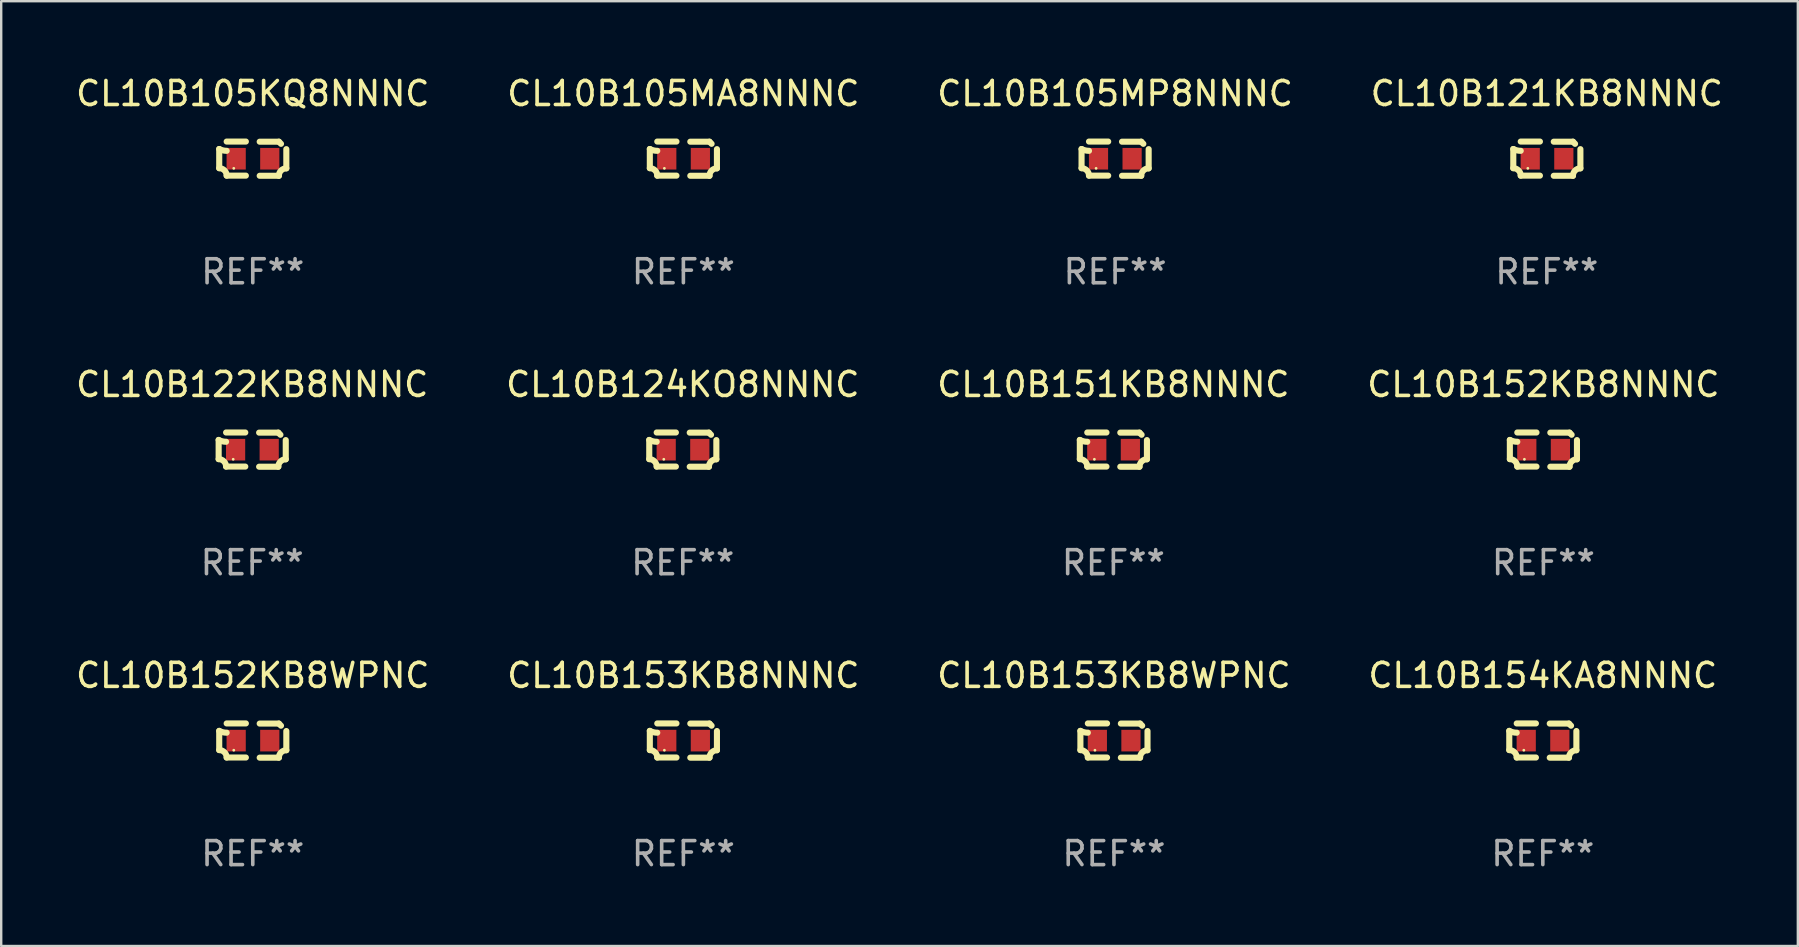
<source format=kicad_pcb>
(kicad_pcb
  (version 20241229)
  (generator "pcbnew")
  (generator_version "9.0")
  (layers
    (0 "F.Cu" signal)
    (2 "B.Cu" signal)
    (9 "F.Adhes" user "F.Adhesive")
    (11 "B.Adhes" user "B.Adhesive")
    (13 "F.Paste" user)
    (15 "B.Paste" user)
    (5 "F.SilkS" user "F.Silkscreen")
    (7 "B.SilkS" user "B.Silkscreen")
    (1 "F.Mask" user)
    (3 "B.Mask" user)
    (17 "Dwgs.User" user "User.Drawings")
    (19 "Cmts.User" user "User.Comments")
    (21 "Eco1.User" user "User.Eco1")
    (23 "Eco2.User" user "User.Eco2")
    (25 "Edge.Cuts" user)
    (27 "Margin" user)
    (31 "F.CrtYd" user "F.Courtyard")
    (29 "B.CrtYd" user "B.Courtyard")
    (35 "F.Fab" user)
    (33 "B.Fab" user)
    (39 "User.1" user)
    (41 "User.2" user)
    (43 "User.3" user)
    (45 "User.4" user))
  (footprint "CL10B124KO8NNNC"
    (layer "F.Cu")
    (at 25.399 15.683)
    (property "Reference" "CL10B124KO8NNNC" (at 0 -2.713 0) (layer "F.SilkS") (effects (font (size 1 1) (thickness 0.15))))
    (attr through_hole)
    (fp_line (start -1.398 -0.403) (end -1.398 0.397) (stroke (width 0.254) (type solid)) (layer "F.SilkS"))
    (fp_line (start -0.288 -0.713) (end -1.088 -0.713) (stroke (width 0.254) (type solid)) (layer "F.SilkS"))
    (fp_line (start -0.288 0.707) (end -1.088 0.707) (stroke (width 0.254) (type solid)) (layer "F.SilkS"))
    (fp_line (start 0.288 -0.707) (end 1.088 -0.707) (stroke (width 0.254) (type solid)) (layer "F.SilkS"))
    (fp_line (start 0.288 0.713) (end 1.088 0.713) (stroke (width 0.254) (type solid)) (layer "F.SilkS"))
    (fp_line (start 1.398 -0.397) (end 1.398 0.403) (stroke (width 0.254) (type solid)) (layer "F.SilkS"))
    (fp_arc (start -1.397789 0.397066) (mid -1.178701 0.487826) (end -1.08796 0.706922) (stroke (width 0.254001) (type solid)) (layer "F.SilkS"))
    (fp_arc (start -1.08796 -0.327176) (mid -1.247436 -0.346384) (end -1.39779 -0.402908) (stroke (width 0.254001) (type solid)) (layer "F.SilkS"))
    (fp_arc (start 1.087909 0.712738) (mid 1.178656 0.493655) (end 1.397739 0.402908) (stroke (width 0.254001) (type solid)) (layer "F.SilkS"))
    (fp_arc (start 1.175925 -0.618926) (mid 1.131917 -0.662923) (end 1.08791 -0.706922) (stroke (width 0.254001) (type solid)) (layer "F.SilkS"))
    (fp_circle (center -0.792 0.403) (end -0.762 0.403) (stroke (width 0.06) (type solid)) (fill no) (layer "F.SilkS"))
    (fp_text user "REF**" (at 0 4.713 0) (layer "F.Fab") (effects (font (size 1 1) (thickness 0.15))))
    (pad "1" smd rect (at -0.692 0.003) (size 0.8 0.9) (layers "F.Cu" "F.Mask" "F.Paste"))
    (pad "2" smd rect (at 0.708 0.003) (size 0.8 0.9) (layers "F.Cu" "F.Mask" "F.Paste")))
  (footprint "CL10B105MA8NNNC"
    (layer "F.Cu")
    (at 25.423 3.561)
    (property "Reference" "CL10B105MA8NNNC" (at 0 -2.713 0) (layer "F.SilkS") (effects (font (size 1 1) (thickness 0.15))))
    (attr through_hole)
    (fp_line (start -1.398 -0.403) (end -1.398 0.397) (stroke (width 0.254) (type solid)) (layer "F.SilkS"))
    (fp_line (start -0.288 -0.713) (end -1.088 -0.713) (stroke (width 0.254) (type solid)) (layer "F.SilkS"))
    (fp_line (start -0.288 0.707) (end -1.088 0.707) (stroke (width 0.254) (type solid)) (layer "F.SilkS"))
    (fp_line (start 0.288 -0.707) (end 1.088 -0.707) (stroke (width 0.254) (type solid)) (layer "F.SilkS"))
    (fp_line (start 0.288 0.713) (end 1.088 0.713) (stroke (width 0.254) (type solid)) (layer "F.SilkS"))
    (fp_line (start 1.398 -0.397) (end 1.398 0.403) (stroke (width 0.254) (type solid)) (layer "F.SilkS"))
    (fp_arc (start -1.397789 0.397066) (mid -1.178701 0.487826) (end -1.08796 0.706922) (stroke (width 0.254001) (type solid)) (layer "F.SilkS"))
    (fp_arc (start -1.08796 -0.327176) (mid -1.247436 -0.346384) (end -1.39779 -0.402908) (stroke (width 0.254001) (type solid)) (layer "F.SilkS"))
    (fp_arc (start 1.087909 0.712738) (mid 1.178656 0.493655) (end 1.397739 0.402908) (stroke (width 0.254001) (type solid)) (layer "F.SilkS"))
    (fp_arc (start 1.175925 -0.618926) (mid 1.131917 -0.662923) (end 1.08791 -0.706922) (stroke (width 0.254001) (type solid)) (layer "F.SilkS"))
    (fp_circle (center -0.792 0.403) (end -0.762 0.403) (stroke (width 0.06) (type solid)) (fill no) (layer "F.SilkS"))
    (fp_text user "REF**" (at 0 4.713 0) (layer "F.Fab") (effects (font (size 1 1) (thickness 0.15))))
    (pad "1" smd rect (at -0.692 0.003) (size 0.8 0.9) (layers "F.Cu" "F.Mask" "F.Paste"))
    (pad "2" smd rect (at 0.708 0.003) (size 0.8 0.9) (layers "F.Cu" "F.Mask" "F.Paste")))
  (footprint "CL10B152KB8NNNC"
    (layer "F.Cu")
    (at 61.256 15.683)
    (property "Reference" "CL10B152KB8NNNC" (at 0 -2.713 0) (layer "F.SilkS") (effects (font (size 1 1) (thickness 0.15))))
    (attr through_hole)
    (fp_line (start -1.398 -0.403) (end -1.398 0.397) (stroke (width 0.254) (type solid)) (layer "F.SilkS"))
    (fp_line (start -0.288 -0.713) (end -1.088 -0.713) (stroke (width 0.254) (type solid)) (layer "F.SilkS"))
    (fp_line (start -0.288 0.707) (end -1.088 0.707) (stroke (width 0.254) (type solid)) (layer "F.SilkS"))
    (fp_line (start 0.288 -0.707) (end 1.088 -0.707) (stroke (width 0.254) (type solid)) (layer "F.SilkS"))
    (fp_line (start 0.288 0.713) (end 1.088 0.713) (stroke (width 0.254) (type solid)) (layer "F.SilkS"))
    (fp_line (start 1.398 -0.397) (end 1.398 0.403) (stroke (width 0.254) (type solid)) (layer "F.SilkS"))
    (fp_arc (start -1.397789 0.397066) (mid -1.178701 0.487826) (end -1.08796 0.706922) (stroke (width 0.254001) (type solid)) (layer "F.SilkS"))
    (fp_arc (start -1.08796 -0.327176) (mid -1.247436 -0.346384) (end -1.39779 -0.402908) (stroke (width 0.254001) (type solid)) (layer "F.SilkS"))
    (fp_arc (start 1.087909 0.712738) (mid 1.178656 0.493655) (end 1.397739 0.402908) (stroke (width 0.254001) (type solid)) (layer "F.SilkS"))
    (fp_arc (start 1.175925 -0.618926) (mid 1.131917 -0.662923) (end 1.08791 -0.706922) (stroke (width 0.254001) (type solid)) (layer "F.SilkS"))
    (fp_circle (center -0.792 0.403) (end -0.762 0.403) (stroke (width 0.06) (type solid)) (fill no) (layer "F.SilkS"))
    (fp_text user "REF**" (at 0 4.713 0) (layer "F.Fab") (effects (font (size 1 1) (thickness 0.15))))
    (pad "1" smd rect (at -0.692 0.003) (size 0.8 0.9) (layers "F.Cu" "F.Mask" "F.Paste"))
    (pad "2" smd rect (at 0.708 0.003) (size 0.8 0.9) (layers "F.Cu" "F.Mask" "F.Paste")))
  (footprint "CL10B122KB8NNNC"
    (layer "F.Cu")
    (at 7.458 15.683)
    (property "Reference" "CL10B122KB8NNNC" (at 0 -2.713 0) (layer "F.SilkS") (effects (font (size 1 1) (thickness 0.15))))
    (attr through_hole)
    (fp_line (start -1.398 -0.403) (end -1.398 0.397) (stroke (width 0.254) (type solid)) (layer "F.SilkS"))
    (fp_line (start -0.288 -0.713) (end -1.088 -0.713) (stroke (width 0.254) (type solid)) (layer "F.SilkS"))
    (fp_line (start -0.288 0.707) (end -1.088 0.707) (stroke (width 0.254) (type solid)) (layer "F.SilkS"))
    (fp_line (start 0.288 -0.707) (end 1.088 -0.707) (stroke (width 0.254) (type solid)) (layer "F.SilkS"))
    (fp_line (start 0.288 0.713) (end 1.088 0.713) (stroke (width 0.254) (type solid)) (layer "F.SilkS"))
    (fp_line (start 1.398 -0.397) (end 1.398 0.403) (stroke (width 0.254) (type solid)) (layer "F.SilkS"))
    (fp_arc (start -1.397789 0.397066) (mid -1.178701 0.487826) (end -1.08796 0.706922) (stroke (width 0.254001) (type solid)) (layer "F.SilkS"))
    (fp_arc (start -1.08796 -0.327176) (mid -1.247436 -0.346384) (end -1.39779 -0.402908) (stroke (width 0.254001) (type solid)) (layer "F.SilkS"))
    (fp_arc (start 1.087909 0.712738) (mid 1.178656 0.493655) (end 1.397739 0.402908) (stroke (width 0.254001) (type solid)) (layer "F.SilkS"))
    (fp_arc (start 1.175925 -0.618926) (mid 1.131917 -0.662923) (end 1.08791 -0.706922) (stroke (width 0.254001) (type solid)) (layer "F.SilkS"))
    (fp_circle (center -0.792 0.403) (end -0.762 0.403) (stroke (width 0.06) (type solid)) (fill no) (layer "F.SilkS"))
    (fp_text user "REF**" (at 0 4.713 0) (layer "F.Fab") (effects (font (size 1 1) (thickness 0.15))))
    (pad "1" smd rect (at -0.692 0.003) (size 0.8 0.9) (layers "F.Cu" "F.Mask" "F.Paste"))
    (pad "2" smd rect (at 0.708 0.003) (size 0.8 0.9) (layers "F.Cu" "F.Mask" "F.Paste")))
  (footprint "CL10B154KA8NNNC"
    (layer "F.Cu")
    (at 61.232 27.805)
    (property "Reference" "CL10B154KA8NNNC" (at 0 -2.713 0) (layer "F.SilkS") (effects (font (size 1 1) (thickness 0.15))))
    (attr through_hole)
    (fp_line (start -1.398 -0.403) (end -1.398 0.397) (stroke (width 0.254) (type solid)) (layer "F.SilkS"))
    (fp_line (start -0.288 -0.713) (end -1.088 -0.713) (stroke (width 0.254) (type solid)) (layer "F.SilkS"))
    (fp_line (start -0.288 0.707) (end -1.088 0.707) (stroke (width 0.254) (type solid)) (layer "F.SilkS"))
    (fp_line (start 0.288 -0.707) (end 1.088 -0.707) (stroke (width 0.254) (type solid)) (layer "F.SilkS"))
    (fp_line (start 0.288 0.713) (end 1.088 0.713) (stroke (width 0.254) (type solid)) (layer "F.SilkS"))
    (fp_line (start 1.398 -0.397) (end 1.398 0.403) (stroke (width 0.254) (type solid)) (layer "F.SilkS"))
    (fp_arc (start -1.397789 0.397066) (mid -1.178701 0.487826) (end -1.08796 0.706922) (stroke (width 0.254001) (type solid)) (layer "F.SilkS"))
    (fp_arc (start -1.08796 -0.327176) (mid -1.247436 -0.346384) (end -1.39779 -0.402908) (stroke (width 0.254001) (type solid)) (layer "F.SilkS"))
    (fp_arc (start 1.087909 0.712738) (mid 1.178656 0.493655) (end 1.397739 0.402908) (stroke (width 0.254001) (type solid)) (layer "F.SilkS"))
    (fp_arc (start 1.175925 -0.618926) (mid 1.131917 -0.662923) (end 1.08791 -0.706922) (stroke (width 0.254001) (type solid)) (layer "F.SilkS"))
    (fp_circle (center -0.792 0.403) (end -0.762 0.403) (stroke (width 0.06) (type solid)) (fill no) (layer "F.SilkS"))
    (fp_text user "REF**" (at 0 4.713 0) (layer "F.Fab") (effects (font (size 1 1) (thickness 0.15))))
    (pad "1" smd rect (at -0.692 0.003) (size 0.8 0.9) (layers "F.Cu" "F.Mask" "F.Paste"))
    (pad "2" smd rect (at 0.708 0.003) (size 0.8 0.9) (layers "F.Cu" "F.Mask" "F.Paste")))
  (footprint "CL10B151KB8NNNC"
    (layer "F.Cu")
    (at 43.339 15.683)
    (property "Reference" "CL10B151KB8NNNC" (at 0 -2.713 0) (layer "F.SilkS") (effects (font (size 1 1) (thickness 0.15))))
    (attr through_hole)
    (fp_line (start -1.398 -0.403) (end -1.398 0.397) (stroke (width 0.254) (type solid)) (layer "F.SilkS"))
    (fp_line (start -0.288 -0.713) (end -1.088 -0.713) (stroke (width 0.254) (type solid)) (layer "F.SilkS"))
    (fp_line (start -0.288 0.707) (end -1.088 0.707) (stroke (width 0.254) (type solid)) (layer "F.SilkS"))
    (fp_line (start 0.288 -0.707) (end 1.088 -0.707) (stroke (width 0.254) (type solid)) (layer "F.SilkS"))
    (fp_line (start 0.288 0.713) (end 1.088 0.713) (stroke (width 0.254) (type solid)) (layer "F.SilkS"))
    (fp_line (start 1.398 -0.397) (end 1.398 0.403) (stroke (width 0.254) (type solid)) (layer "F.SilkS"))
    (fp_arc (start -1.397789 0.397066) (mid -1.178701 0.487826) (end -1.08796 0.706922) (stroke (width 0.254001) (type solid)) (layer "F.SilkS"))
    (fp_arc (start -1.08796 -0.327176) (mid -1.247436 -0.346384) (end -1.39779 -0.402908) (stroke (width 0.254001) (type solid)) (layer "F.SilkS"))
    (fp_arc (start 1.087909 0.712738) (mid 1.178656 0.493655) (end 1.397739 0.402908) (stroke (width 0.254001) (type solid)) (layer "F.SilkS"))
    (fp_arc (start 1.175925 -0.618926) (mid 1.131917 -0.662923) (end 1.08791 -0.706922) (stroke (width 0.254001) (type solid)) (layer "F.SilkS"))
    (fp_circle (center -0.792 0.403) (end -0.762 0.403) (stroke (width 0.06) (type solid)) (fill no) (layer "F.SilkS"))
    (fp_text user "REF**" (at 0 4.713 0) (layer "F.Fab") (effects (font (size 1 1) (thickness 0.15))))
    (pad "1" smd rect (at -0.692 0.003) (size 0.8 0.9) (layers "F.Cu" "F.Mask" "F.Paste"))
    (pad "2" smd rect (at 0.708 0.003) (size 0.8 0.9) (layers "F.Cu" "F.Mask" "F.Paste")))
  (footprint "CL10B153KB8WPNC"
    (layer "F.Cu")
    (at 43.363 27.805)
    (property "Reference" "CL10B153KB8WPNC" (at 0 -2.713 0) (layer "F.SilkS") (effects (font (size 1 1) (thickness 0.15))))
    (attr through_hole)
    (fp_line (start -1.398 -0.403) (end -1.398 0.397) (stroke (width 0.254) (type solid)) (layer "F.SilkS"))
    (fp_line (start -0.288 -0.713) (end -1.088 -0.713) (stroke (width 0.254) (type solid)) (layer "F.SilkS"))
    (fp_line (start -0.288 0.707) (end -1.088 0.707) (stroke (width 0.254) (type solid)) (layer "F.SilkS"))
    (fp_line (start 0.288 -0.707) (end 1.088 -0.707) (stroke (width 0.254) (type solid)) (layer "F.SilkS"))
    (fp_line (start 0.288 0.713) (end 1.088 0.713) (stroke (width 0.254) (type solid)) (layer "F.SilkS"))
    (fp_line (start 1.398 -0.397) (end 1.398 0.403) (stroke (width 0.254) (type solid)) (layer "F.SilkS"))
    (fp_arc (start -1.397789 0.397066) (mid -1.178701 0.487826) (end -1.08796 0.706922) (stroke (width 0.254001) (type solid)) (layer "F.SilkS"))
    (fp_arc (start -1.08796 -0.327176) (mid -1.247436 -0.346384) (end -1.39779 -0.402908) (stroke (width 0.254001) (type solid)) (layer "F.SilkS"))
    (fp_arc (start 1.087909 0.712738) (mid 1.178656 0.493655) (end 1.397739 0.402908) (stroke (width 0.254001) (type solid)) (layer "F.SilkS"))
    (fp_arc (start 1.175925 -0.618926) (mid 1.131917 -0.662923) (end 1.08791 -0.706922) (stroke (width 0.254001) (type solid)) (layer "F.SilkS"))
    (fp_circle (center -0.792 0.403) (end -0.762 0.403) (stroke (width 0.06) (type solid)) (fill no) (layer "F.SilkS"))
    (fp_text user "REF**" (at 0 4.713 0) (layer "F.Fab") (effects (font (size 1 1) (thickness 0.15))))
    (pad "1" smd rect (at -0.692 0.003) (size 0.8 0.9) (layers "F.Cu" "F.Mask" "F.Paste"))
    (pad "2" smd rect (at 0.708 0.003) (size 0.8 0.9) (layers "F.Cu" "F.Mask" "F.Paste")))
  (footprint "CL10B152KB8WPNC"
    (layer "F.Cu")
    (at 7.482 27.805)
    (property "Reference" "CL10B152KB8WPNC" (at 0 -2.713 0) (layer "F.SilkS") (effects (font (size 1 1) (thickness 0.15))))
    (attr through_hole)
    (fp_line (start -1.398 -0.403) (end -1.398 0.397) (stroke (width 0.254) (type solid)) (layer "F.SilkS"))
    (fp_line (start -0.288 -0.713) (end -1.088 -0.713) (stroke (width 0.254) (type solid)) (layer "F.SilkS"))
    (fp_line (start -0.288 0.707) (end -1.088 0.707) (stroke (width 0.254) (type solid)) (layer "F.SilkS"))
    (fp_line (start 0.288 -0.707) (end 1.088 -0.707) (stroke (width 0.254) (type solid)) (layer "F.SilkS"))
    (fp_line (start 0.288 0.713) (end 1.088 0.713) (stroke (width 0.254) (type solid)) (layer "F.SilkS"))
    (fp_line (start 1.398 -0.397) (end 1.398 0.403) (stroke (width 0.254) (type solid)) (layer "F.SilkS"))
    (fp_arc (start -1.397789 0.397066) (mid -1.178701 0.487826) (end -1.08796 0.706922) (stroke (width 0.254001) (type solid)) (layer "F.SilkS"))
    (fp_arc (start -1.08796 -0.327176) (mid -1.247436 -0.346384) (end -1.39779 -0.402908) (stroke (width 0.254001) (type solid)) (layer "F.SilkS"))
    (fp_arc (start 1.087909 0.712738) (mid 1.178656 0.493655) (end 1.397739 0.402908) (stroke (width 0.254001) (type solid)) (layer "F.SilkS"))
    (fp_arc (start 1.175925 -0.618926) (mid 1.131917 -0.662923) (end 1.08791 -0.706922) (stroke (width 0.254001) (type solid)) (layer "F.SilkS"))
    (fp_circle (center -0.792 0.403) (end -0.762 0.403) (stroke (width 0.06) (type solid)) (fill no) (layer "F.SilkS"))
    (fp_text user "REF**" (at 0 4.713 0) (layer "F.Fab") (effects (font (size 1 1) (thickness 0.15))))
    (pad "1" smd rect (at -0.692 0.003) (size 0.8 0.9) (layers "F.Cu" "F.Mask" "F.Paste"))
    (pad "2" smd rect (at 0.708 0.003) (size 0.8 0.9) (layers "F.Cu" "F.Mask" "F.Paste")))
  (footprint "CL10B121KB8NNNC"
    (layer "F.Cu")
    (at 61.399 3.561)
    (property "Reference" "CL10B121KB8NNNC" (at 0 -2.713 0) (layer "F.SilkS") (effects (font (size 1 1) (thickness 0.15))))
    (attr through_hole)
    (fp_line (start -1.398 -0.403) (end -1.398 0.397) (stroke (width 0.254) (type solid)) (layer "F.SilkS"))
    (fp_line (start -0.288 -0.713) (end -1.088 -0.713) (stroke (width 0.254) (type solid)) (layer "F.SilkS"))
    (fp_line (start -0.288 0.707) (end -1.088 0.707) (stroke (width 0.254) (type solid)) (layer "F.SilkS"))
    (fp_line (start 0.288 -0.707) (end 1.088 -0.707) (stroke (width 0.254) (type solid)) (layer "F.SilkS"))
    (fp_line (start 0.288 0.713) (end 1.088 0.713) (stroke (width 0.254) (type solid)) (layer "F.SilkS"))
    (fp_line (start 1.398 -0.397) (end 1.398 0.403) (stroke (width 0.254) (type solid)) (layer "F.SilkS"))
    (fp_arc (start -1.397789 0.397066) (mid -1.178701 0.487826) (end -1.08796 0.706922) (stroke (width 0.254001) (type solid)) (layer "F.SilkS"))
    (fp_arc (start -1.08796 -0.327176) (mid -1.247436 -0.346384) (end -1.39779 -0.402908) (stroke (width 0.254001) (type solid)) (layer "F.SilkS"))
    (fp_arc (start 1.087909 0.712738) (mid 1.178656 0.493655) (end 1.397739 0.402908) (stroke (width 0.254001) (type solid)) (layer "F.SilkS"))
    (fp_arc (start 1.175925 -0.618926) (mid 1.131917 -0.662923) (end 1.08791 -0.706922) (stroke (width 0.254001) (type solid)) (layer "F.SilkS"))
    (fp_circle (center -0.792 0.403) (end -0.762 0.403) (stroke (width 0.06) (type solid)) (fill no) (layer "F.SilkS"))
    (fp_text user "REF**" (at 0 4.713 0) (layer "F.Fab") (effects (font (size 1 1) (thickness 0.15))))
    (pad "1" smd rect (at -0.692 0.003) (size 0.8 0.9) (layers "F.Cu" "F.Mask" "F.Paste"))
    (pad "2" smd rect (at 0.708 0.003) (size 0.8 0.9) (layers "F.Cu" "F.Mask" "F.Paste")))
  (footprint "CL10B105MP8NNNC"
    (layer "F.Cu")
    (at 43.411 3.561)
    (property "Reference" "CL10B105MP8NNNC" (at 0 -2.713 0) (layer "F.SilkS") (effects (font (size 1 1) (thickness 0.15))))
    (attr through_hole)
    (fp_line (start -1.398 -0.403) (end -1.398 0.397) (stroke (width 0.254) (type solid)) (layer "F.SilkS"))
    (fp_line (start -0.288 -0.713) (end -1.088 -0.713) (stroke (width 0.254) (type solid)) (layer "F.SilkS"))
    (fp_line (start -0.288 0.707) (end -1.088 0.707) (stroke (width 0.254) (type solid)) (layer "F.SilkS"))
    (fp_line (start 0.288 -0.707) (end 1.088 -0.707) (stroke (width 0.254) (type solid)) (layer "F.SilkS"))
    (fp_line (start 0.288 0.713) (end 1.088 0.713) (stroke (width 0.254) (type solid)) (layer "F.SilkS"))
    (fp_line (start 1.398 -0.397) (end 1.398 0.403) (stroke (width 0.254) (type solid)) (layer "F.SilkS"))
    (fp_arc (start -1.397789 0.397066) (mid -1.178701 0.487826) (end -1.08796 0.706922) (stroke (width 0.254001) (type solid)) (layer "F.SilkS"))
    (fp_arc (start -1.08796 -0.327176) (mid -1.247436 -0.346384) (end -1.39779 -0.402908) (stroke (width 0.254001) (type solid)) (layer "F.SilkS"))
    (fp_arc (start 1.087909 0.712738) (mid 1.178656 0.493655) (end 1.397739 0.402908) (stroke (width 0.254001) (type solid)) (layer "F.SilkS"))
    (fp_arc (start 1.175925 -0.618926) (mid 1.131917 -0.662923) (end 1.08791 -0.706922) (stroke (width 0.254001) (type solid)) (layer "F.SilkS"))
    (fp_circle (center -0.792 0.403) (end -0.762 0.403) (stroke (width 0.06) (type solid)) (fill no) (layer "F.SilkS"))
    (fp_text user "REF**" (at 0 4.713 0) (layer "F.Fab") (effects (font (size 1 1) (thickness 0.15))))
    (pad "1" smd rect (at -0.692 0.003) (size 0.8 0.9) (layers "F.Cu" "F.Mask" "F.Paste"))
    (pad "2" smd rect (at 0.708 0.003) (size 0.8 0.9) (layers "F.Cu" "F.Mask" "F.Paste")))
  (footprint "CL10B153KB8NNNC"
    (layer "F.Cu")
    (at 25.423 27.805)
    (property "Reference" "CL10B153KB8NNNC" (at 0 -2.713 0) (layer "F.SilkS") (effects (font (size 1 1) (thickness 0.15))))
    (attr through_hole)
    (fp_line (start -1.398 -0.403) (end -1.398 0.397) (stroke (width 0.254) (type solid)) (layer "F.SilkS"))
    (fp_line (start -0.288 -0.713) (end -1.088 -0.713) (stroke (width 0.254) (type solid)) (layer "F.SilkS"))
    (fp_line (start -0.288 0.707) (end -1.088 0.707) (stroke (width 0.254) (type solid)) (layer "F.SilkS"))
    (fp_line (start 0.288 -0.707) (end 1.088 -0.707) (stroke (width 0.254) (type solid)) (layer "F.SilkS"))
    (fp_line (start 0.288 0.713) (end 1.088 0.713) (stroke (width 0.254) (type solid)) (layer "F.SilkS"))
    (fp_line (start 1.398 -0.397) (end 1.398 0.403) (stroke (width 0.254) (type solid)) (layer "F.SilkS"))
    (fp_arc (start -1.397789 0.397066) (mid -1.178701 0.487826) (end -1.08796 0.706922) (stroke (width 0.254001) (type solid)) (layer "F.SilkS"))
    (fp_arc (start -1.08796 -0.327176) (mid -1.247436 -0.346384) (end -1.39779 -0.402908) (stroke (width 0.254001) (type solid)) (layer "F.SilkS"))
    (fp_arc (start 1.087909 0.712738) (mid 1.178656 0.493655) (end 1.397739 0.402908) (stroke (width 0.254001) (type solid)) (layer "F.SilkS"))
    (fp_arc (start 1.175925 -0.618926) (mid 1.131917 -0.662923) (end 1.08791 -0.706922) (stroke (width 0.254001) (type solid)) (layer "F.SilkS"))
    (fp_circle (center -0.792 0.403) (end -0.762 0.403) (stroke (width 0.06) (type solid)) (fill no) (layer "F.SilkS"))
    (fp_text user "REF**" (at 0 4.713 0) (layer "F.Fab") (effects (font (size 1 1) (thickness 0.15))))
    (pad "1" smd rect (at -0.692 0.003) (size 0.8 0.9) (layers "F.Cu" "F.Mask" "F.Paste"))
    (pad "2" smd rect (at 0.708 0.003) (size 0.8 0.9) (layers "F.Cu" "F.Mask" "F.Paste")))
  (footprint "CL10B105KQ8NNNC"
    (layer "F.Cu")
    (at 7.482 3.561)
    (property "Reference" "CL10B105KQ8NNNC" (at 0 -2.713 0) (layer "F.SilkS") (effects (font (size 1 1) (thickness 0.15))))
    (attr through_hole)
    (fp_line (start -1.398 -0.403) (end -1.398 0.397) (stroke (width 0.254) (type solid)) (layer "F.SilkS"))
    (fp_line (start -0.288 -0.713) (end -1.088 -0.713) (stroke (width 0.254) (type solid)) (layer "F.SilkS"))
    (fp_line (start -0.288 0.707) (end -1.088 0.707) (stroke (width 0.254) (type solid)) (layer "F.SilkS"))
    (fp_line (start 0.288 -0.707) (end 1.088 -0.707) (stroke (width 0.254) (type solid)) (layer "F.SilkS"))
    (fp_line (start 0.288 0.713) (end 1.088 0.713) (stroke (width 0.254) (type solid)) (layer "F.SilkS"))
    (fp_line (start 1.398 -0.397) (end 1.398 0.403) (stroke (width 0.254) (type solid)) (layer "F.SilkS"))
    (fp_arc (start -1.397789 0.397066) (mid -1.178701 0.487826) (end -1.08796 0.706922) (stroke (width 0.254001) (type solid)) (layer "F.SilkS"))
    (fp_arc (start -1.08796 -0.327176) (mid -1.247436 -0.346384) (end -1.39779 -0.402908) (stroke (width 0.254001) (type solid)) (layer "F.SilkS"))
    (fp_arc (start 1.087909 0.712738) (mid 1.178656 0.493655) (end 1.397739 0.402908) (stroke (width 0.254001) (type solid)) (layer "F.SilkS"))
    (fp_arc (start 1.175925 -0.618926) (mid 1.131917 -0.662923) (end 1.08791 -0.706922) (stroke (width 0.254001) (type solid)) (layer "F.SilkS"))
    (fp_circle (center -0.792 0.403) (end -0.762 0.403) (stroke (width 0.06) (type solid)) (fill no) (layer "F.SilkS"))
    (fp_text user "REF**" (at 0 4.713 0) (layer "F.Fab") (effects (font (size 1 1) (thickness 0.15))))
    (pad "1" smd rect (at -0.692 0.003) (size 0.8 0.9) (layers "F.Cu" "F.Mask" "F.Paste"))
    (pad "2" smd rect (at 0.708 0.003) (size 0.8 0.9) (layers "F.Cu" "F.Mask" "F.Paste")))
  (gr_rect
    (start -3 -3)
    (end 71.857 36.366)
    (stroke (width 0.1) (type default))
    (fill no)
    (layer "Edge.Cuts")))
</source>
